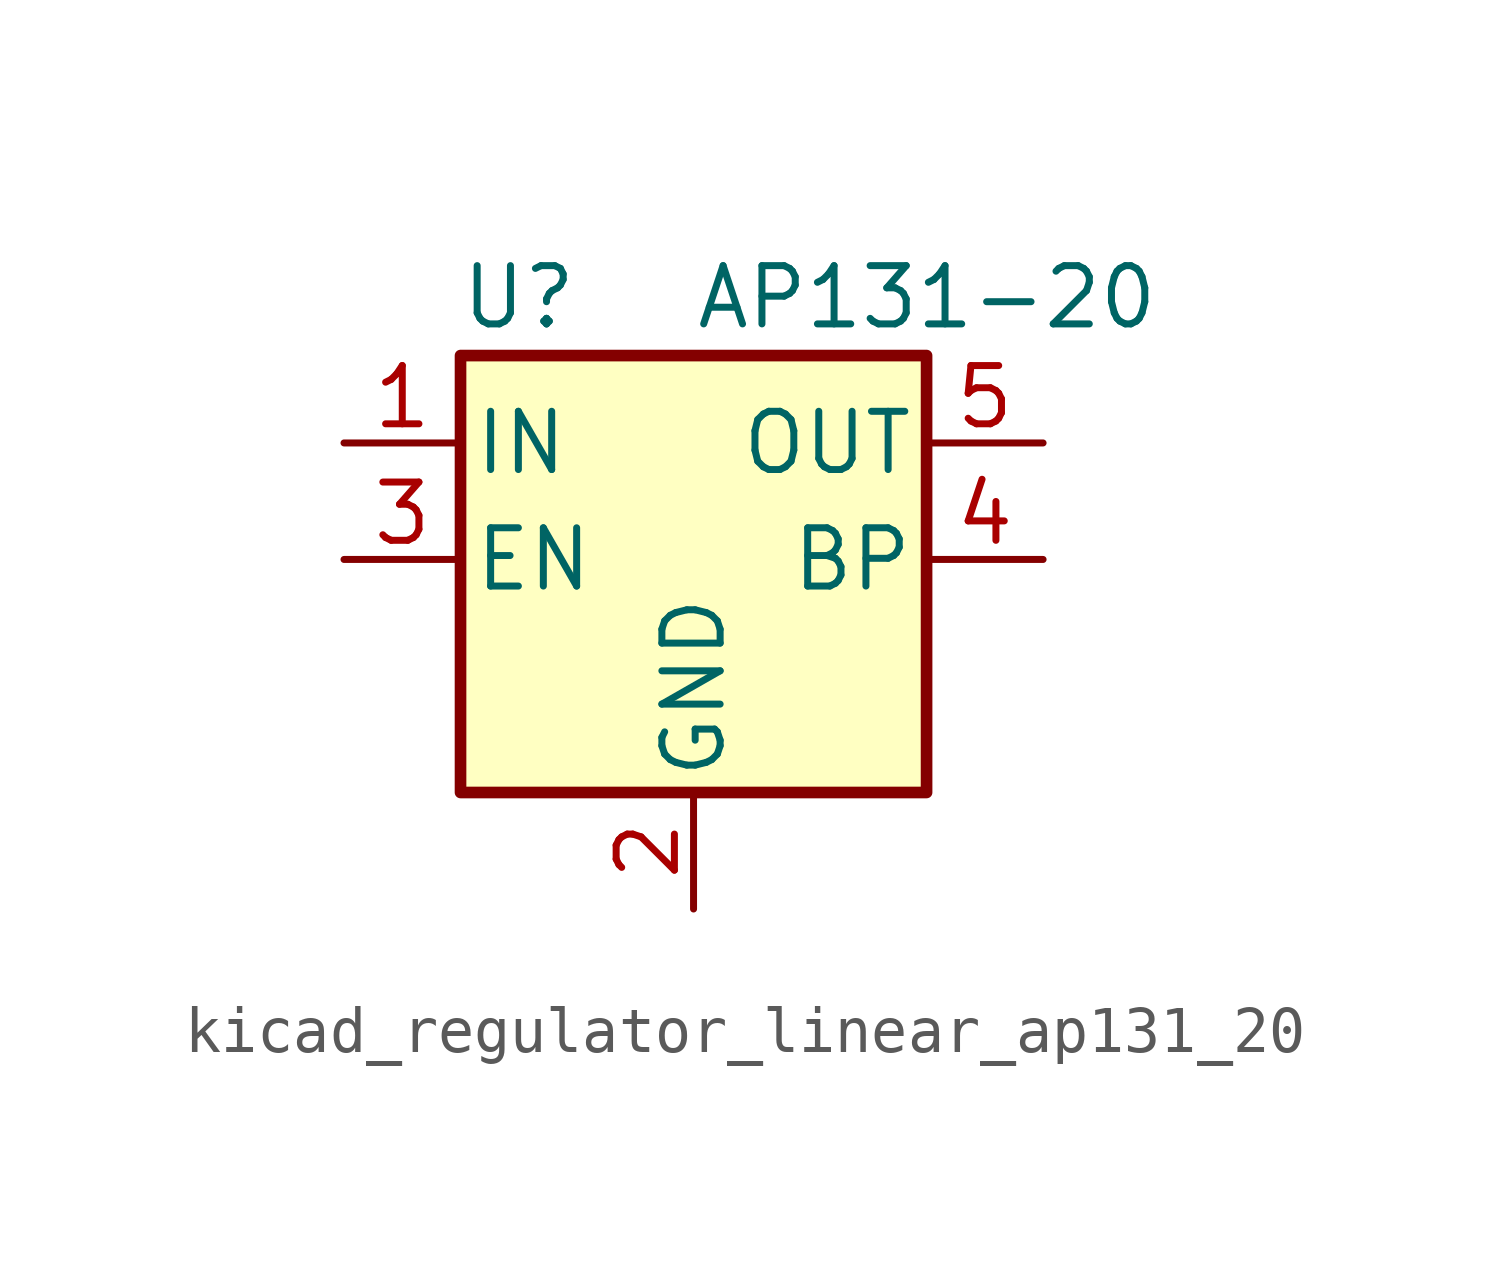
<source format=kicad_sym>
(kicad_symbol_lib
  (version 20220914)
  (generator kicad_symbol_editor)
  (symbol "kicad_regulator_linear_ap131_20"
    (pin_names
      (offset 0.254))
    (property "Reference" "U"
      (at -3.81 5.715 0)
      (effects (font (size 1.27 1.27))))
    (property "Value" "AP131-20"
      (at 0 5.715 0)
      (effects (font (size 1.27 1.27)) (justify left)))
    (symbol "kicad_regulator_linear_ap131_20_0_1"
      (rectangle (start -5.08 4.445) (end 5.08 -5.08) (stroke (width 0.254) (type default)) (fill (type background))))
    (symbol "kicad_regulator_linear_ap131_20_1_1"
      (pin power_in line (at -7.62 2.54 0) (length 2.54) (name "IN" (effects (font (size 1.27 1.27)))) (number "1" (effects (font (size 1.27 1.27)))))
      (pin power_in line (at 0 -7.62 90) (length 2.54) (name "GND" (effects (font (size 1.27 1.27)))) (number "2" (effects (font (size 1.27 1.27)))))
      (pin input line (at -7.62 0 0) (length 2.54) (name "EN" (effects (font (size 1.27 1.27)))) (number "3" (effects (font (size 1.27 1.27)))))
      (pin input line (at 7.62 0 180) (length 2.54) (name "BP" (effects (font (size 1.27 1.27)))) (number "4" (effects (font (size 1.27 1.27)))))
      (pin power_out line (at 7.62 2.54 180) (length 2.54) (name "OUT" (effects (font (size 1.27 1.27)))) (number "5" (effects (font (size 1.27 1.27))))))))
</source>
